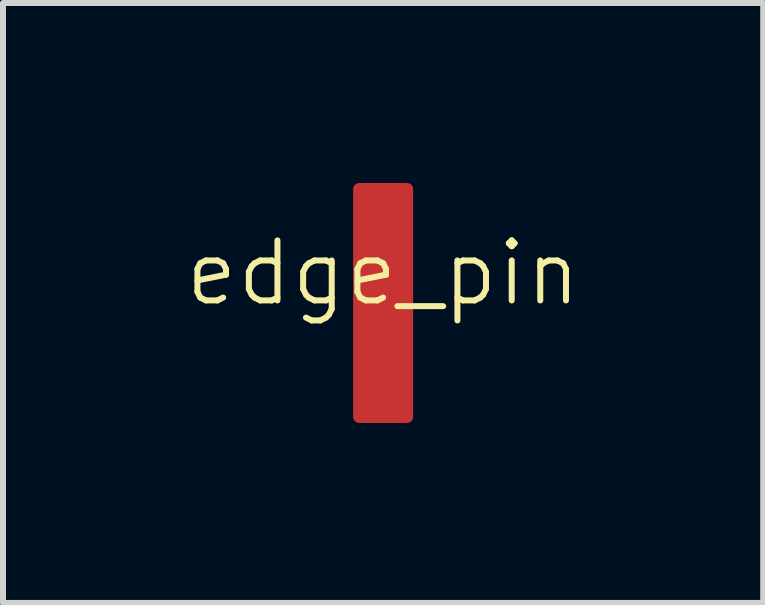
<source format=kicad_pcb>
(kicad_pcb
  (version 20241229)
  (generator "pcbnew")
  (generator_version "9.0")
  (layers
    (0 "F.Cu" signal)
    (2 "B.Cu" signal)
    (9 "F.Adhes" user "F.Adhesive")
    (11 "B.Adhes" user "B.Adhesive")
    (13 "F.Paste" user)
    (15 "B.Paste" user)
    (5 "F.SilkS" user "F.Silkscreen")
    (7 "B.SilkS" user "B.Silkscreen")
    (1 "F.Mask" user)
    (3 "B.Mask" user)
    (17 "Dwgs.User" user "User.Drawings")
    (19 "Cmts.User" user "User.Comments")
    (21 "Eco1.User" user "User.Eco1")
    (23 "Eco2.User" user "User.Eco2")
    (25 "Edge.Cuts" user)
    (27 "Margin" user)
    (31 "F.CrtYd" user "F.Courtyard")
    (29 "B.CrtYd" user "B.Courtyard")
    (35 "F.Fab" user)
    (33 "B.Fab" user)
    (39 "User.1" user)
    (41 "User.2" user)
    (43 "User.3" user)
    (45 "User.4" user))
  (footprint "edge_pin"
    (layer "F.Cu")
    (at 3.336 2)
    (property "Reference" "edge_pin" (at 0 -0.5 0) (unlocked yes) (layer "F.SilkS") (effects (font (size 1 1) (thickness 0.1))))
    (attr smd)
    (pad "1" smd roundrect (at 0 0 90) (size 4 1) (layers "F.Cu" "F.Mask") (roundrect_rratio 0.1)))
  (gr_rect
    (start -3 -3)
    (end 9.671 7)
    (stroke (width 0.1) (type default))
    (fill no)
    (layer "Edge.Cuts")))
</source>
